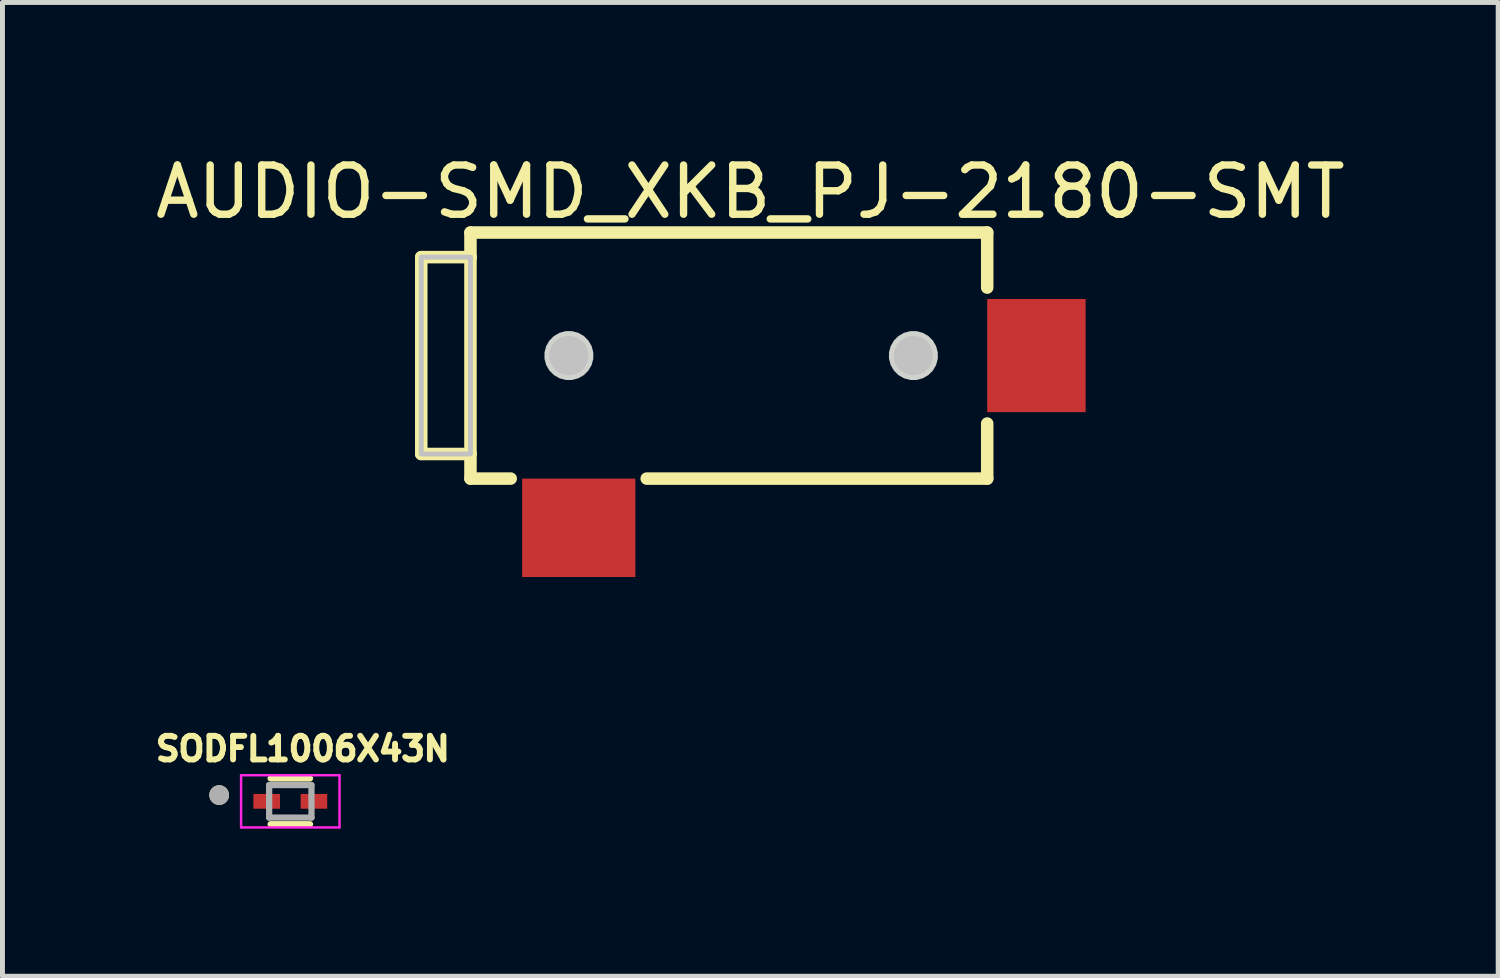
<source format=kicad_pcb>
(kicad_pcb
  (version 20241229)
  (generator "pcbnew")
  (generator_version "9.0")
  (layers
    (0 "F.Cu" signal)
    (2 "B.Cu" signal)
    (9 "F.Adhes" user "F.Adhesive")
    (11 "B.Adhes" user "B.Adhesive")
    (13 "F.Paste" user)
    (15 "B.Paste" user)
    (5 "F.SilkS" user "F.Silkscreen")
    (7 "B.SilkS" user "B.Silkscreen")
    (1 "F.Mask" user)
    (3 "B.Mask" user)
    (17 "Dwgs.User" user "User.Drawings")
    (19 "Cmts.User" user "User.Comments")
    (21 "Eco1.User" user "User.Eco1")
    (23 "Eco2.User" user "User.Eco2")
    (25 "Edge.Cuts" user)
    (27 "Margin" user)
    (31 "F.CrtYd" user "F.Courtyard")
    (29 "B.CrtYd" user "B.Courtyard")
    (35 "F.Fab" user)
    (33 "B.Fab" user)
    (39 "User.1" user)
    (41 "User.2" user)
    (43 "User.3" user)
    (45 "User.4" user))
  (footprint "AUDIO-SMD_XKB_PJ-2180-SMT"
    (layer "F.Cu")
    (at 13.36 5.925)
    (property "Reference" "AUDIO-SMD_XKB_PJ-2180-SMT" (at -1.163 -5.077 0) (layer "F.SilkS") (effects (font (size 1 1) (thickness 0.15))))
    (fp_line (start -7.85 -3.75) (end -7.85 0.25) (stroke (width 0.254) (type default)) (layer "F.SilkS"))
    (fp_line (start -7.85 0.25) (end -6.85 0.25) (stroke (width 0.254) (type default)) (layer "F.SilkS"))
    (fp_line (start -6.85 -4.25) (end -6.85 -3.75) (stroke (width 0.254) (type default)) (layer "F.SilkS"))
    (fp_line (start -6.85 -3.75) (end -7.85 -3.75) (stroke (width 0.254) (type default)) (layer "F.SilkS"))
    (fp_line (start -6.85 0.25) (end -6.85 -3.75) (stroke (width 0.254) (type default)) (layer "F.SilkS"))
    (fp_line (start -6.85 0.25) (end -6.85 0.75) (stroke (width 0.254) (type default)) (layer "F.SilkS"))
    (fp_line (start -6.85 0.75) (end -6.032 0.75) (stroke (width 0.254) (type default)) (layer "F.SilkS"))
    (fp_line (start -3.269 0.75) (end 3.65 0.75) (stroke (width 0.254) (type default)) (layer "F.SilkS"))
    (fp_line (start 3.65 -4.25) (end -6.85 -4.25) (stroke (width 0.254) (type default)) (layer "F.SilkS"))
    (fp_line (start 3.65 -4.25) (end 3.65 -3.131) (stroke (width 0.254) (type default)) (layer "F.SilkS"))
    (fp_line (start 3.65 -0.369) (end 3.65 0.75) (stroke (width 0.254) (type default)) (layer "F.SilkS"))
    (fp_circle (center -4.85 -1.75) (end -4.65 -1.75) (stroke (width 0.4) (type default)) (fill no) (layer "Dwgs.User"))
    (fp_circle (center 2.15 -1.75) (end 2.35 -1.75) (stroke (width 0.4) (type default)) (fill no) (layer "Dwgs.User"))
    (fp_poly (pts (xy -7.85 -3.75) (xy -7.85 0.25) (xy -6.9 0.25) (xy -6.85 0.25) (xy -6.85 -3.75)) (stroke (width 0.1) (type default)) (fill no) (layer "Dwgs.User"))
    (fp_poly (pts (xy -4.354 -1.815) (xy -4.388 -1.941) (xy -4.453 -2.054) (xy -4.546 -2.147) (xy -4.659 -2.212) (xy -4.785 -2.246) (xy -4.915 -2.246) (xy -5.041 -2.212) (xy -5.154 -2.147) (xy -5.247 -2.054) (xy -5.312 -1.941) (xy -5.346 -1.815) (xy -5.346 -1.685) (xy -5.312 -1.559) (xy -5.247 -1.446) (xy -5.154 -1.353) (xy -5.041 -1.288) (xy -4.915 -1.254) (xy -4.785 -1.254) (xy -4.659 -1.288) (xy -4.546 -1.353) (xy -4.453 -1.446) (xy -4.388 -1.559) (xy -4.354 -1.685)) (stroke (width 0) (type default)) (fill yes) (layer "Edge.Cuts"))
    (fp_poly (pts (xy 2.646 -1.815) (xy 2.612 -1.941) (xy 2.547 -2.054) (xy 2.454 -2.147) (xy 2.341 -2.212) (xy 2.215 -2.246) (xy 2.085 -2.246) (xy 1.959 -2.212) (xy 1.846 -2.147) (xy 1.753 -2.054) (xy 1.688 -1.941) (xy 1.654 -1.815) (xy 1.654 -1.685) (xy 1.688 -1.559) (xy 1.753 -1.446) (xy 1.846 -1.353) (xy 1.959 -1.288) (xy 2.085 -1.254) (xy 2.215 -1.254) (xy 2.341 -1.288) (xy 2.454 -1.353) (xy 2.547 -1.446) (xy 2.612 -1.559) (xy 2.646 -1.685)) (stroke (width 0) (type default)) (fill yes) (layer "Edge.Cuts"))
    (fp_poly (pts (xy -5.2 0.45) (xy -4.1 0.45) (xy -4.1 1.95) (xy -5.2 1.95)) (stroke (width 0.1) (type default)) (fill no) (layer "User.1"))
    (fp_poly (pts (xy 3.35 -1.2) (xy 3.35 -2.3) (xy 5.15 -2.3) (xy 5.15 -1.2)) (stroke (width 0.1) (type default)) (fill no) (layer "User.1"))
    (fp_line (start -7.85 -3.75) (end -7.85 0.25) (stroke (width 0.051) (type default)) (layer "User.2"))
    (fp_line (start -7.85 0.25) (end -6.85 0.25) (stroke (width 0.051) (type default)) (layer "User.2"))
    (fp_line (start -6.85 -4.25) (end -6.85 -3.75) (stroke (width 0.051) (type default)) (layer "User.2"))
    (fp_line (start -6.85 -3.75) (end -7.85 -3.75) (stroke (width 0.051) (type default)) (layer "User.2"))
    (fp_line (start -6.85 0.25) (end -6.85 0.75) (stroke (width 0.051) (type default)) (layer "User.2"))
    (fp_line (start -6.85 0.75) (end 3.65 0.75) (stroke (width 0.051) (type default)) (layer "User.2"))
    (fp_line (start 3.65 -4.25) (end -6.85 -4.25) (stroke (width 0.051) (type default)) (layer "User.2"))
    (fp_line (start 3.65 0.75) (end 3.65 -4.25) (stroke (width 0.051) (type default)) (layer "User.2"))
    (fp_poly (pts (xy 5.205 -4.273) (xy 5.173 -4.305) (xy 5.127 -4.305) (xy 5.095 -4.273) (xy 5.095 -4.227) (xy 5.127 -4.195) (xy 5.173 -4.195) (xy 5.205 -4.227)) (stroke (width 0.1) (type default)) (fill no) (layer "User.3"))
    (pad "2" smd rect (at 4.65 -1.75 180) (size 2 2.3) (layers "F.Cu" "F.Mask" "F.Paste"))
    (pad "4" smd rect (at -4.65 1.75 90) (size 2 2.3) (layers "F.Cu" "F.Mask" "F.Paste")))
  (footprint "SODFL1006X43N"
    (layer "F.Cu")
    (at 2.849 13.233)
    (property "Reference" "SODFL1006X43N" (at 0.254 -1.067 0) (layer "F.SilkS") (effects (font (size 0.48 0.48) (thickness 0.15))))
    (attr smd)
    (fp_line (start -0.4 -0.465) (end 0.4 -0.465) (stroke (width 0.127) (type solid)) (layer "F.SilkS"))
    (fp_line (start 0.4 0.465) (end -0.4 0.465) (stroke (width 0.127) (type solid)) (layer "F.SilkS"))
    (fp_circle (center -1.446 -0.127) (end -1.346 -0.127) (stroke (width 0.2) (type solid)) (fill no) (layer "F.SilkS"))
    (fp_line (start -1 -0.53) (end 1 -0.53) (stroke (width 0.05) (type solid)) (layer "F.CrtYd"))
    (fp_line (start -1 0.53) (end -1 -0.53) (stroke (width 0.05) (type solid)) (layer "F.CrtYd"))
    (fp_line (start 1 -0.53) (end 1 0.53) (stroke (width 0.05) (type solid)) (layer "F.CrtYd"))
    (fp_line (start 1 0.53) (end -1 0.53) (stroke (width 0.05) (type solid)) (layer "F.CrtYd"))
    (fp_line (start -0.43 -0.33) (end 0.43 -0.33) (stroke (width 0.127) (type solid)) (layer "F.Fab"))
    (fp_line (start -0.43 0.33) (end -0.43 -0.33) (stroke (width 0.127) (type solid)) (layer "F.Fab"))
    (fp_line (start 0.43 -0.33) (end 0.43 0.33) (stroke (width 0.127) (type solid)) (layer "F.Fab"))
    (fp_line (start 0.43 0.33) (end -0.43 0.33) (stroke (width 0.127) (type solid)) (layer "F.Fab"))
    (fp_circle (center -1.446 -0.127) (end -1.346 -0.127) (stroke (width 0.2) (type solid)) (fill no) (layer "F.Fab"))
    (pad "A" smd rect (at 0.48 0) (size 0.54 0.3) (layers "F.Cu" "F.Mask" "F.Paste"))
    (pad "C" smd rect (at -0.48 0) (size 0.54 0.3) (layers "F.Cu" "F.Mask" "F.Paste")))
  (gr_rect
    (start -3 -3)
    (end 27.393 16.788)
    (stroke (width 0.1) (type default))
    (fill no)
    (layer "Edge.Cuts")))
</source>
